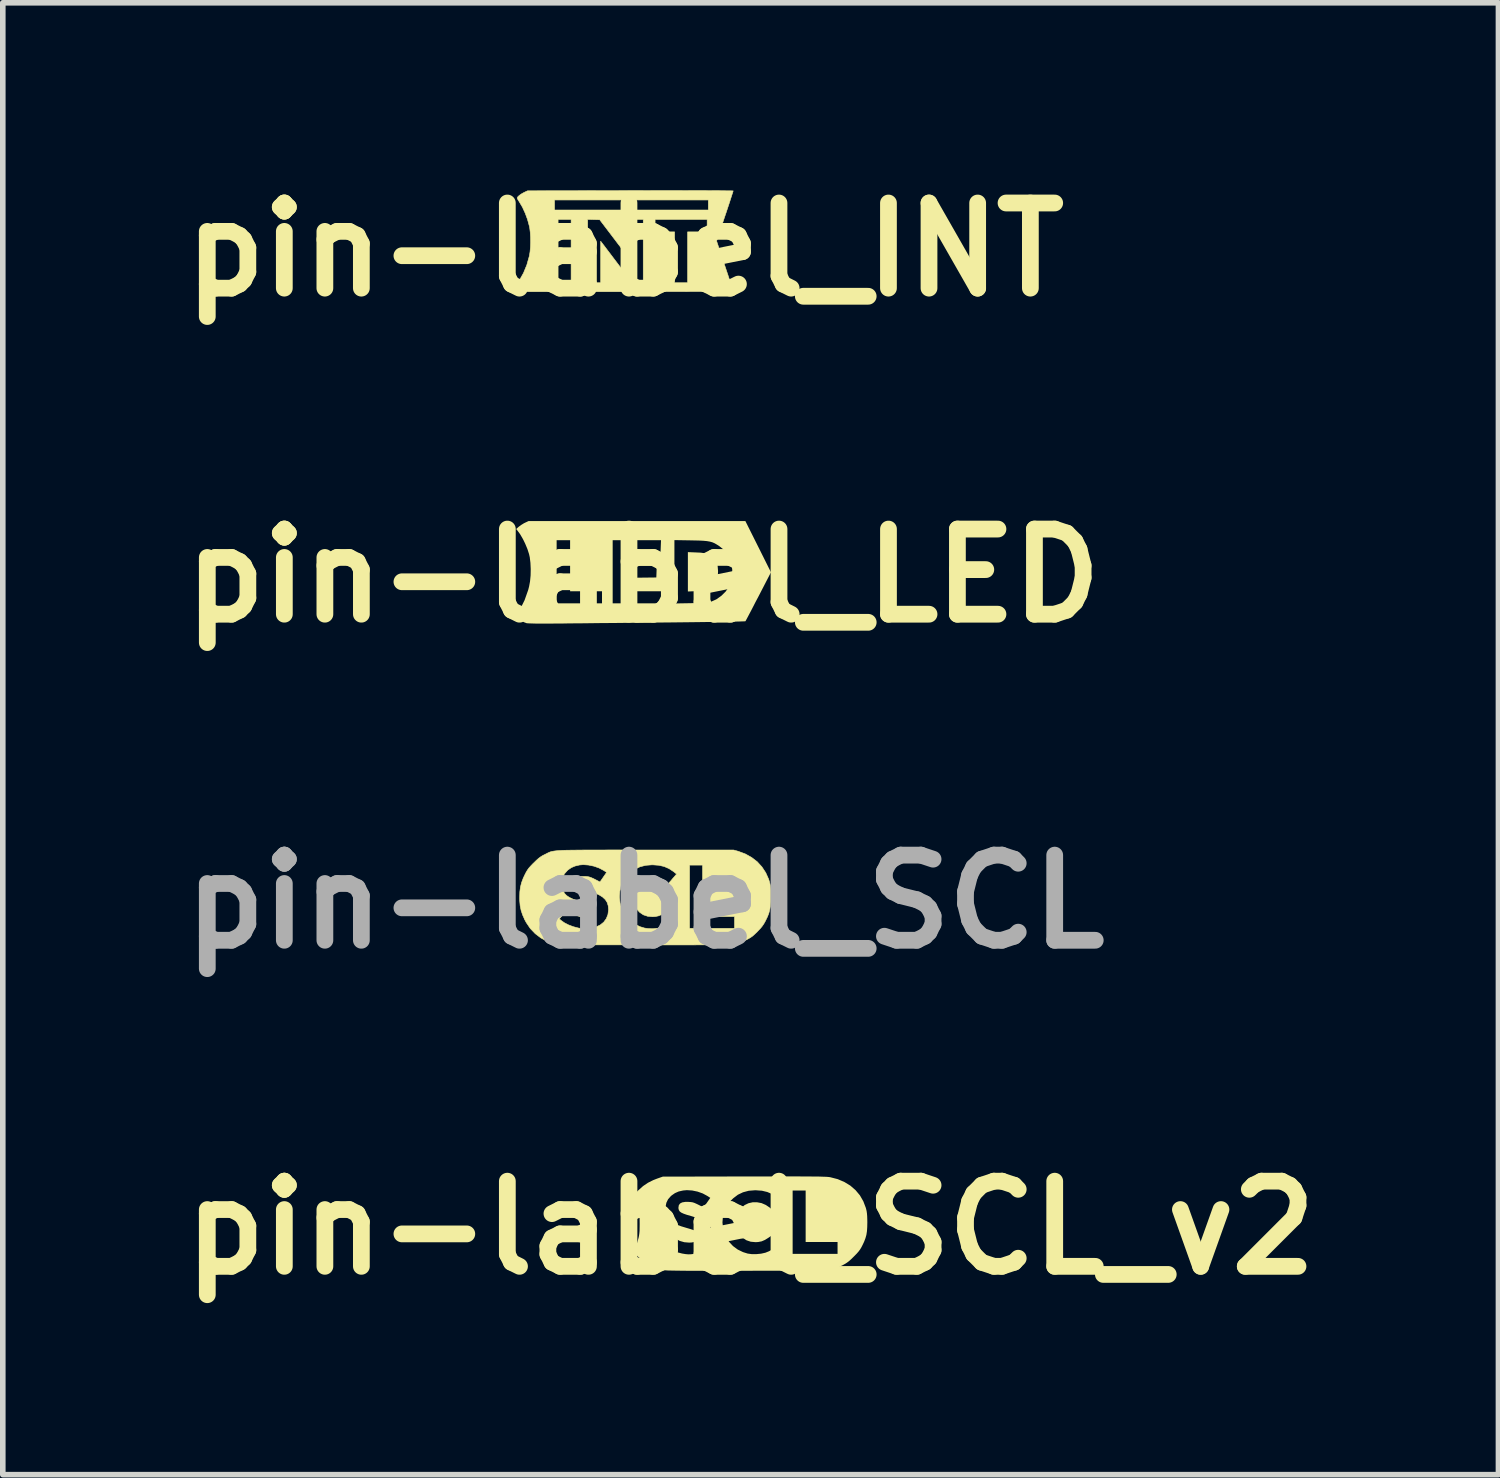
<source format=kicad_pcb>
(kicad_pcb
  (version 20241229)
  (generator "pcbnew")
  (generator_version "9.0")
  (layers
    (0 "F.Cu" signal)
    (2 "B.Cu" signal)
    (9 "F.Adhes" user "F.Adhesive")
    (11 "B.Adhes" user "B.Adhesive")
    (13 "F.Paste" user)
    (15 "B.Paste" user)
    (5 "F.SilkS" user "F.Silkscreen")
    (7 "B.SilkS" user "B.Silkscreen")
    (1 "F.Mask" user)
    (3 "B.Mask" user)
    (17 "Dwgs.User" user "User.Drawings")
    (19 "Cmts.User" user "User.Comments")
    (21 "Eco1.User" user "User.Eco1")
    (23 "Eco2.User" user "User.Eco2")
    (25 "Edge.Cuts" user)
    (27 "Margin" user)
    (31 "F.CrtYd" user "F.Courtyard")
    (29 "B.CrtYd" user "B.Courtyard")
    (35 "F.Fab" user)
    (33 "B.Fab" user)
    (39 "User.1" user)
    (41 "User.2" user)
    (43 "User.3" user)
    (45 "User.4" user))
  (footprint "pin-label_SCL_v2"
    (layer "F.Cu")
    (at 10.385 18.926)
    (property "Reference" "pin-label_SCL_v2" (at 0 0 0) (layer "F.SilkS") (effects (font (size 1.524 1.524) (thickness 0.3))))
    (attr through_hole)
    (fp_poly (pts (xy 0.73 -0.92) (xy 0.848 -0.92) (xy 0.951 -0.919) (xy 1.04 -0.919) (xy 1.118 -0.918) (xy 1.183 -0.918) (xy 1.239 -0.917) (xy 1.285 -0.915) (xy 1.323 -0.914) (xy 1.354 -0.913) (xy 1.38 -0.911) (xy 1.4 -0.909) (xy 1.417 -0.907) (xy 1.427 -0.905) (xy 1.559 -0.871) (xy 1.678 -0.82) (xy 1.785 -0.755) (xy 1.878 -0.674) (xy 1.956 -0.581) (xy 2.017 -0.475) (xy 2.062 -0.357) (xy 2.066 -0.342) (xy 2.076 -0.301) (xy 2.082 -0.259) (xy 2.086 -0.211) (xy 2.088 -0.151) (xy 2.089 -0.101) (xy 2.087 -0.011) (xy 2.082 0.063) (xy 2.072 0.127) (xy 2.055 0.187) (xy 2.031 0.25) (xy 2.004 0.307) (xy 1.981 0.352) (xy 1.959 0.388) (xy 1.934 0.422) (xy 1.902 0.459) (xy 1.858 0.504) (xy 1.848 0.514) (xy 1.799 0.562) (xy 1.759 0.598) (xy 1.721 0.626) (xy 1.682 0.65) (xy 1.644 0.671) (xy 1.591 0.696) (xy 1.534 0.72) (xy 1.482 0.739) (xy 1.464 0.744) (xy 1.382 0.767) (xy -0.053 0.769) (xy -0.265 0.77) (xy -0.457 0.77) (xy -0.629 0.77) (xy -0.784 0.77) (xy -0.921 0.769) (xy -1.042 0.769) (xy -1.147 0.769) (xy -1.238 0.768) (xy -1.316 0.767) (xy -1.381 0.766) (xy -1.435 0.765) (xy -1.478 0.764) (xy -1.512 0.762) (xy -1.538 0.76) (xy -1.556 0.758) (xy -1.562 0.757) (xy -1.692 0.722) (xy -1.814 0.668) (xy -1.926 0.595) (xy -2.014 0.518) (xy -2.096 0.436) (xy -2.069 0.376) (xy -2.055 0.338) (xy -2.04 0.296) (xy -1.568 0.296) (xy -1.539 0.322) (xy -1.479 0.365) (xy -1.404 0.404) (xy -1.32 0.436) (xy -1.232 0.459) (xy -1.223 0.461) (xy -1.162 0.471) (xy -1.113 0.475) (xy -1.065 0.473) (xy -1.01 0.466) (xy -1.006 0.465) (xy -0.914 0.442) (xy -0.836 0.404) (xy -0.774 0.354) (xy -0.728 0.292) (xy -0.699 0.218) (xy -0.688 0.135) (xy -0.688 0.129) (xy -0.694 0.061) (xy -0.713 0.002) (xy -0.746 -0.05) (xy -0.795 -0.095) (xy -0.796 -0.096) (xy -0.504 -0.096) (xy -0.493 0.01) (xy -0.461 0.116) (xy -0.439 0.166) (xy -0.385 0.252) (xy -0.315 0.327) (xy -0.231 0.389) (xy -0.136 0.435) (xy -0.053 0.461) (xy 0.02 0.471) (xy 0.103 0.471) (xy 0.187 0.463) (xy 0.263 0.446) (xy 0.266 0.445) (xy 0.328 0.42) (xy 0.393 0.385) (xy 0.451 0.345) (xy 0.492 0.308) (xy 0.523 0.275) (xy 0.453 0.204) (xy 0.382 0.134) (xy 0.319 0.178) (xy 0.256 0.217) (xy 0.198 0.242) (xy 0.137 0.254) (xy 0.09 0.257) (xy 0.002 0.249) (xy -0.075 0.223) (xy -0.141 0.18) (xy -0.194 0.12) (xy -0.233 0.046) (xy -0.254 -0.026) (xy -0.262 -0.114) (xy -0.249 -0.2) (xy -0.218 -0.281) (xy -0.169 -0.353) (xy -0.165 -0.358) (xy -0.107 -0.407) (xy -0.038 -0.44) (xy 0.037 -0.457) (xy 0.116 -0.457) (xy 0.196 -0.442) (xy 0.272 -0.409) (xy 0.339 -0.364) (xy 0.373 -0.335) (xy 0.401 -0.368) (xy 0.423 -0.394) (xy 0.452 -0.428) (xy 0.474 -0.454) (xy 0.52 -0.507) (xy 0.466 -0.549) (xy 0.385 -0.604) (xy 0.298 -0.641) (xy 0.202 -0.664) (xy 0.156 -0.667) (xy 0.752 -0.667) (xy 0.752 0.466) (xy 1.556 0.466) (xy 1.556 0.254) (xy 0.985 0.254) (xy 0.985 -0.667) (xy 0.752 -0.667) (xy 0.156 -0.667) (xy 0.093 -0.672) (xy 0.079 -0.672) (xy -0.034 -0.663) (xy -0.136 -0.636) (xy -0.228 -0.592) (xy -0.312 -0.528) (xy -0.358 -0.482) (xy -0.423 -0.396) (xy -0.469 -0.301) (xy -0.496 -0.201) (xy -0.504 -0.096) (xy -0.796 -0.096) (xy -0.86 -0.135) (xy -0.944 -0.172) (xy -1.047 -0.205) (xy -1.067 -0.211) (xy -1.143 -0.233) (xy -1.2 -0.253) (xy -1.241 -0.272) (xy -1.268 -0.292) (xy -1.284 -0.316) (xy -1.291 -0.343) (xy -1.292 -0.362) (xy -1.285 -0.405) (xy -1.263 -0.435) (xy -1.225 -0.455) (xy -1.17 -0.464) (xy -1.113 -0.464) (xy -1.071 -0.461) (xy -1.037 -0.456) (xy -1.004 -0.445) (xy -0.964 -0.427) (xy -0.935 -0.413) (xy -0.841 -0.365) (xy -0.722 -0.536) (xy -0.774 -0.57) (xy -0.857 -0.615) (xy -0.95 -0.648) (xy -1.046 -0.668) (xy -1.141 -0.674) (xy -1.208 -0.668) (xy -1.288 -0.65) (xy -1.354 -0.621) (xy -1.413 -0.58) (xy -1.429 -0.566) (xy -1.478 -0.51) (xy -1.508 -0.448) (xy -1.522 -0.377) (xy -1.522 -0.318) (xy -1.515 -0.256) (xy -1.5 -0.204) (xy -1.475 -0.16) (xy -1.438 -0.122) (xy -1.388 -0.088) (xy -1.322 -0.056) (xy -1.239 -0.026) (xy -1.154 -0.000266) (xy -1.078 0.022) (xy -1.021 0.041) (xy -0.979 0.059) (xy -0.95 0.077) (xy -0.933 0.096) (xy -0.924 0.119) (xy -0.921 0.146) (xy -0.921 0.152) (xy -0.93 0.197) (xy -0.955 0.23) (xy -0.998 0.252) (xy -1.058 0.263) (xy -1.099 0.265) (xy -1.186 0.258) (xy -1.267 0.235) (xy -1.346 0.194) (xy -1.368 0.18) (xy -1.399 0.159) (xy -1.423 0.144) (xy -1.434 0.138) (xy -1.434 0.138) (xy -1.442 0.145) (xy -1.46 0.166) (xy -1.485 0.195) (xy -1.503 0.217) (xy -1.568 0.296) (xy -2.04 0.296) (xy -2.037 0.288) (xy -2.021 0.235) (xy -2.015 0.213) (xy -2.004 0.172) (xy -1.997 0.136) (xy -1.992 0.099) (xy -1.988 0.057) (xy -1.987 0.004) (xy -1.986 -0.065) (xy -1.986 -0.069) (xy -1.987 -0.158) (xy -1.99 -0.23) (xy -1.995 -0.284) (xy -1.999 -0.307) (xy -2.017 -0.374) (xy -2.037 -0.439) (xy -2.057 -0.497) (xy -2.076 -0.541) (xy -2.077 -0.543) (xy -2.098 -0.584) (xy -2.01 -0.671) (xy -1.925 -0.747) (xy -1.838 -0.806) (xy -1.742 -0.854) (xy -1.673 -0.881) (xy -1.572 -0.916) (xy -0.117 -0.919) (xy 0.09 -0.919) (xy 0.278 -0.919) (xy 0.446 -0.92) (xy 0.596 -0.92) (xy 0.73 -0.92)) (stroke (width 0) (type solid)) (fill yes) (layer "F.SilkS")))
  (footprint "pin-label_SCL"
    (layer "F.Cu")
    (at 8.498 13.09)
    (property "Reference" "pin-label_SCL" (at 0 0 0) (layer "F.Fab") (effects (font (size 1.524 1.524) (thickness 0.3))))
    (attr through_hole)
    (fp_poly (pts (xy -0.479 -0.927) (xy -0.289 -0.926) (xy -0.08 -0.926) (xy 0.005 -0.926) (xy 1.583 -0.926) (xy 1.665 -0.903) (xy 1.792 -0.856) (xy 1.905 -0.793) (xy 2.005 -0.716) (xy 2.089 -0.624) (xy 2.158 -0.519) (xy 2.21 -0.403) (xy 2.225 -0.354) (xy 2.234 -0.319) (xy 2.241 -0.285) (xy 2.245 -0.248) (xy 2.248 -0.204) (xy 2.248 -0.146) (xy 2.248 -0.095) (xy 2.247 -0.003) (xy 2.241 0.074) (xy 2.23 0.141) (xy 2.214 0.202) (xy 2.19 0.265) (xy 2.157 0.333) (xy 2.153 0.342) (xy 2.125 0.392) (xy 2.097 0.434) (xy 2.063 0.476) (xy 2.018 0.523) (xy 2.006 0.536) (xy 1.959 0.581) (xy 1.921 0.615) (xy 1.884 0.641) (xy 1.842 0.665) (xy 1.81 0.682) (xy 1.785 0.694) (xy 1.764 0.705) (xy 1.744 0.715) (xy 1.725 0.724) (xy 1.706 0.732) (xy 1.685 0.739) (xy 1.661 0.745) (xy 1.634 0.75) (xy 1.601 0.755) (xy 1.563 0.759) (xy 1.518 0.762) (xy 1.465 0.765) (xy 1.403 0.767) (xy 1.331 0.769) (xy 1.247 0.771) (xy 1.151 0.771) (xy 1.042 0.772) (xy 0.918 0.772) (xy 0.779 0.773) (xy 0.623 0.773) (xy 0.449 0.773) (xy 0.257 0.772) (xy 0.045 0.772) (xy -0.004 0.772) (xy -0.216 0.772) (xy -0.407 0.772) (xy -0.58 0.772) (xy -0.734 0.772) (xy -0.872 0.772) (xy -0.993 0.771) (xy -1.1 0.771) (xy -1.194 0.77) (xy -1.274 0.77) (xy -1.343 0.769) (xy -1.401 0.768) (xy -1.45 0.767) (xy -1.491 0.766) (xy -1.524 0.765) (xy -1.551 0.763) (xy -1.572 0.761) (xy -1.59 0.759) (xy -1.604 0.757) (xy -1.617 0.755) (xy -1.628 0.752) (xy -1.631 0.751) (xy -1.754 0.709) (xy -1.867 0.648) (xy -1.968 0.571) (xy -2.057 0.478) (xy -2.13 0.37) (xy -2.155 0.323) (xy -2.162 0.307) (xy -1.537 0.307) (xy -1.507 0.333) (xy -1.447 0.376) (xy -1.373 0.414) (xy -1.288 0.446) (xy -1.201 0.469) (xy -1.191 0.471) (xy -1.131 0.481) (xy -1.081 0.485) (xy -1.034 0.484) (xy -0.978 0.476) (xy -0.974 0.476) (xy -0.882 0.452) (xy -0.804 0.415) (xy -0.742 0.365) (xy -0.696 0.302) (xy -0.667 0.229) (xy -0.656 0.145) (xy -0.656 0.14) (xy -0.662 0.072) (xy -0.681 0.012) (xy -0.714 -0.039) (xy -0.763 -0.085) (xy -0.765 -0.086) (xy -0.462 -0.086) (xy -0.45 0.021) (xy -0.419 0.127) (xy -0.397 0.177) (xy -0.343 0.263) (xy -0.273 0.337) (xy -0.189 0.399) (xy -0.094 0.446) (xy -0.011 0.471) (xy 0.062 0.481) (xy 0.145 0.482) (xy 0.229 0.473) (xy 0.305 0.457) (xy 0.309 0.456) (xy 0.371 0.431) (xy 0.435 0.396) (xy 0.494 0.355) (xy 0.534 0.319) (xy 0.566 0.285) (xy 0.495 0.215) (xy 0.425 0.144) (xy 0.361 0.189) (xy 0.298 0.228) (xy 0.241 0.252) (xy 0.18 0.265) (xy 0.132 0.268) (xy 0.045 0.26) (xy -0.033 0.234) (xy -0.098 0.19) (xy -0.152 0.131) (xy -0.191 0.057) (xy -0.212 -0.015) (xy -0.219 -0.103) (xy -0.207 -0.189) (xy -0.176 -0.27) (xy -0.127 -0.342) (xy -0.122 -0.347) (xy -0.064 -0.397) (xy 0.004 -0.43) (xy 0.08 -0.446) (xy 0.159 -0.447) (xy 0.238 -0.431) (xy 0.315 -0.399) (xy 0.381 -0.353) (xy 0.415 -0.324) (xy 0.443 -0.357) (xy 0.466 -0.383) (xy 0.494 -0.417) (xy 0.517 -0.443) (xy 0.562 -0.496) (xy 0.509 -0.539) (xy 0.427 -0.593) (xy 0.34 -0.631) (xy 0.244 -0.653) (xy 0.198 -0.656) (xy 0.794 -0.656) (xy 0.794 0.476) (xy 1.599 0.476) (xy 1.599 0.265) (xy 1.027 0.265) (xy 1.027 -0.656) (xy 0.794 -0.656) (xy 0.198 -0.656) (xy 0.135 -0.661) (xy 0.122 -0.661) (xy 0.009 -0.652) (xy -0.093 -0.626) (xy -0.186 -0.581) (xy -0.27 -0.517) (xy -0.316 -0.472) (xy -0.381 -0.385) (xy -0.427 -0.291) (xy -0.454 -0.19) (xy -0.462 -0.086) (xy -0.765 -0.086) (xy -0.828 -0.125) (xy -0.912 -0.161) (xy -1.015 -0.194) (xy -1.035 -0.2) (xy -1.111 -0.222) (xy -1.168 -0.242) (xy -1.209 -0.261) (xy -1.236 -0.282) (xy -1.252 -0.305) (xy -1.259 -0.333) (xy -1.26 -0.352) (xy -1.253 -0.394) (xy -1.231 -0.425) (xy -1.193 -0.444) (xy -1.138 -0.454) (xy -1.081 -0.454) (xy -1.039 -0.451) (xy -1.005 -0.445) (xy -0.972 -0.434) (xy -0.932 -0.417) (xy -0.903 -0.402) (xy -0.809 -0.354) (xy -0.69 -0.526) (xy -0.742 -0.56) (xy -0.825 -0.604) (xy -0.918 -0.637) (xy -1.015 -0.657) (xy -1.109 -0.664) (xy -1.176 -0.658) (xy -1.256 -0.639) (xy -1.322 -0.611) (xy -1.381 -0.57) (xy -1.397 -0.555) (xy -1.446 -0.499) (xy -1.476 -0.437) (xy -1.49 -0.366) (xy -1.49 -0.307) (xy -1.483 -0.246) (xy -1.468 -0.194) (xy -1.443 -0.149) (xy -1.407 -0.111) (xy -1.356 -0.077) (xy -1.291 -0.046) (xy -1.207 -0.016) (xy -1.122 0.01) (xy -1.046 0.033) (xy -0.989 0.052) (xy -0.947 0.07) (xy -0.919 0.087) (xy -0.901 0.107) (xy -0.892 0.129) (xy -0.889 0.157) (xy -0.889 0.163) (xy -0.898 0.207) (xy -0.923 0.24) (xy -0.966 0.263) (xy -1.026 0.274) (xy -1.067 0.275) (xy -1.155 0.268) (xy -1.235 0.245) (xy -1.314 0.205) (xy -1.336 0.191) (xy -1.368 0.17) (xy -1.391 0.155) (xy -1.402 0.148) (xy -1.403 0.148) (xy -1.41 0.156) (xy -1.428 0.176) (xy -1.453 0.206) (xy -1.471 0.228) (xy -1.537 0.307) (xy -2.162 0.307) (xy -2.194 0.236) (xy -2.221 0.155) (xy -2.238 0.073) (xy -2.246 -0.017) (xy -2.247 -0.079) (xy -2.244 -0.177) (xy -2.233 -0.262) (xy -2.213 -0.342) (xy -2.182 -0.424) (xy -2.152 -0.487) (xy -2.129 -0.532) (xy -2.107 -0.568) (xy -2.082 -0.603) (xy -2.049 -0.64) (xy -2.006 -0.685) (xy -1.996 -0.694) (xy -1.948 -0.741) (xy -1.909 -0.776) (xy -1.874 -0.802) (xy -1.838 -0.825) (xy -1.8 -0.844) (xy -1.778 -0.855) (xy -1.759 -0.865) (xy -1.741 -0.874) (xy -1.724 -0.882) (xy -1.707 -0.889) (xy -1.687 -0.896) (xy -1.665 -0.901) (xy -1.639 -0.906) (xy -1.609 -0.91) (xy -1.572 -0.914) (xy -1.529 -0.917) (xy -1.478 -0.92) (xy -1.417 -0.922) (xy -1.347 -0.923) (xy -1.265 -0.924) (xy -1.171 -0.925) (xy -1.063 -0.926) (xy -0.942 -0.926) (xy -0.804 -0.926) (xy -0.651 -0.927) (xy -0.479 -0.927)) (stroke (width 0.01) (type solid)) (fill yes) (layer "F.SilkS")))
  (footprint "pin-label_INT"
    (layer "F.Cu")
    (at 8.135 1.418)
    (property "Reference" "pin-label_INT" (at 0 0 0) (layer "F.SilkS") (effects (font (size 1.524 1.524) (thickness 0.3))))
    (attr through_hole)
    (fp_poly (pts (xy 0.842 -1.057) (xy 1.008 -1.057) (xy 1.164 -1.056) (xy 1.309 -1.056) (xy 1.441 -1.056) (xy 1.56 -1.055) (xy 1.665 -1.055) (xy 1.755 -1.054) (xy 1.828 -1.053) (xy 1.883 -1.053) (xy 1.92 -1.052) (xy 1.937 -1.051) (xy 1.938 -1.051) (xy 1.934 -1.039) (xy 1.925 -1.01) (xy 1.91 -0.965) (xy 1.891 -0.905) (xy 1.868 -0.834) (xy 1.841 -0.753) (xy 1.812 -0.665) (xy 1.789 -0.598) (xy 1.641 -0.154) (xy 1.789 0.291) (xy 1.82 0.384) (xy 1.849 0.47) (xy 1.875 0.549) (xy 1.897 0.616) (xy 1.915 0.672) (xy 1.928 0.713) (xy 1.936 0.738) (xy 1.938 0.744) (xy 1.927 0.745) (xy 1.897 0.745) (xy 1.847 0.746) (xy 1.78 0.747) (xy 1.695 0.748) (xy 1.595 0.748) (xy 1.48 0.749) (xy 1.352 0.75) (xy 1.211 0.75) (xy 1.058 0.751) (xy 0.895 0.751) (xy 0.723 0.751) (xy 0.542 0.751) (xy 0.354 0.752) (xy 0.16 0.752) (xy 0.098 0.752) (xy -1.742 0.752) (xy -1.8 0.725) (xy -1.84 0.702) (xy -1.879 0.675) (xy -1.897 0.66) (xy -1.936 0.622) (xy -1.89 0.552) (xy -1.815 0.418) (xy -1.756 0.275) (xy -1.712 0.12) (xy -1.709 0.106) (xy -1.698 0.039) (xy -1.691 -0.042) (xy -1.688 -0.131) (xy -1.689 -0.222) (xy -1.694 -0.307) (xy -1.703 -0.381) (xy -1.708 -0.411) (xy -1.741 -0.532) (xy -1.743 -0.54) (xy -1.196 -0.54) (xy -1.196 0.593) (xy -0.963 0.593) (xy -0.667 0.593) (xy -0.434 0.593) (xy -0.434 -0.151) (xy -0.152 0.221) (xy 0.13 0.593) (xy 0.328 0.593) (xy 0.328 -0.54) (xy 0.54 -0.54) (xy 0.54 -0.318) (xy 0.889 -0.318) (xy 0.889 0.593) (xy 1.122 0.593) (xy 1.122 -0.318) (xy 1.472 -0.318) (xy 1.472 -0.54) (xy 0.54 -0.54) (xy 0.328 -0.54) (xy 0.095 -0.54) (xy 0.095 -0.183) (xy 0.095 -0.086) (xy 0.095 -0.008) (xy 0.094 0.052) (xy 0.093 0.097) (xy 0.092 0.128) (xy 0.089 0.148) (xy 0.087 0.158) (xy 0.083 0.161) (xy 0.08 0.158) (xy 0.07 0.147) (xy 0.049 0.12) (xy 0.018 0.081) (xy -0.021 0.03) (xy -0.067 -0.031) (xy -0.119 -0.098) (xy -0.174 -0.171) (xy -0.193 -0.196) (xy -0.451 -0.535) (xy -0.559 -0.538) (xy -0.667 -0.541) (xy -0.667 0.593) (xy -0.963 0.593) (xy -0.963 -0.54) (xy -1.196 -0.54) (xy -1.743 -0.54) (xy -1.784 -0.651) (xy -1.835 -0.762) (xy -1.892 -0.858) (xy -1.894 -0.862) (xy -1.912 -0.889) (xy -1.26 -0.889) (xy -1.26 -0.709) (xy 1.493 -0.709) (xy 1.493 -0.889) (xy -1.26 -0.889) (xy -1.912 -0.889) (xy -1.913 -0.891) (xy -1.925 -0.915) (xy -1.927 -0.925) (xy -1.918 -0.944) (xy -1.893 -0.968) (xy -1.856 -0.995) (xy -1.812 -1.02) (xy -1.8 -1.026) (xy -1.742 -1.053) (xy 0.098 -1.056) (xy 0.294 -1.056) (xy 0.483 -1.057) (xy 0.666 -1.057) (xy 0.842 -1.057)) (stroke (width 0.01) (type solid)) (fill yes) (layer "F.SilkS")))
  (footprint "pin-label_LED"
    (layer "F.Cu")
    (at 8.462 7.254)
    (property "Reference" "pin-label_LED" (at 0 0 0) (layer "F.SilkS") (effects (font (size 1.524 1.524) (thickness 0.3))))
    (attr through_hole)
    (fp_poly (pts (xy 0.949 -0.416) (xy 1.032 -0.412) (xy 1.094 -0.403) (xy 1.144 -0.39) (xy 1.185 -0.369) (xy 1.226 -0.339) (xy 1.237 -0.33) (xy 1.284 -0.281) (xy 1.315 -0.231) (xy 1.333 -0.171) (xy 1.339 -0.095) (xy 1.34 -0.07) (xy 1.335 0.012) (xy 1.321 0.075) (xy 1.294 0.128) (xy 1.252 0.176) (xy 1.237 0.19) (xy 1.196 0.222) (xy 1.155 0.245) (xy 1.109 0.261) (xy 1.05 0.27) (xy 0.973 0.276) (xy 0.949 0.277) (xy 0.8 0.283) (xy 0.8 -0.422) (xy 0.949 -0.416)) (stroke (width 0) (type solid)) (fill yes) (layer "F.SilkS"))
    (fp_poly (pts (xy 2.058 -0.52) (xy 2.287 -0.061) (xy 2.063 0.373) (xy 2.012 0.469) (xy 1.966 0.559) (xy 1.924 0.64) (xy 1.888 0.708) (xy 1.86 0.761) (xy 1.84 0.798) (xy 1.831 0.815) (xy 1.83 0.815) (xy 1.817 0.817) (xy 1.78 0.818) (xy 1.72 0.82) (xy 1.64 0.822) (xy 1.542 0.823) (xy 1.426 0.825) (xy 1.295 0.827) (xy 1.149 0.829) (xy 0.992 0.831) (xy 0.824 0.833) (xy 0.647 0.835) (xy 0.462 0.837) (xy 0.445 0.837) (xy 0.246 0.839) (xy 0.044 0.841) (xy -0.157 0.843) (xy -0.355 0.845) (xy -0.547 0.847) (xy -0.731 0.848) (xy -0.905 0.85) (xy -1.065 0.852) (xy -1.209 0.853) (xy -1.335 0.854) (xy -1.439 0.856) (xy -1.486 0.856) (xy -1.615 0.857) (xy -1.734 0.858) (xy -1.839 0.857) (xy -1.929 0.857) (xy -2.002 0.855) (xy -2.054 0.853) (xy -2.083 0.851) (xy -2.087 0.85) (xy -2.128 0.835) (xy -2.174 0.81) (xy -2.217 0.781) (xy -2.249 0.753) (xy -2.259 0.739) (xy -2.261 0.722) (xy -2.251 0.692) (xy -2.229 0.648) (xy -2.208 0.61) (xy -2.152 0.497) (xy 0.559 0.497) (xy 0.854 0.492) (xy 0.956 0.49) (xy 1.037 0.488) (xy 1.099 0.484) (xy 1.146 0.48) (xy 1.182 0.474) (xy 1.211 0.467) (xy 1.215 0.466) (xy 1.31 0.423) (xy 1.399 0.36) (xy 1.476 0.284) (xy 1.537 0.197) (xy 1.571 0.124) (xy 1.586 0.058) (xy 1.594 -0.022) (xy 1.594 -0.108) (xy 1.587 -0.19) (xy 1.572 -0.259) (xy 1.565 -0.279) (xy 1.511 -0.381) (xy 1.436 -0.47) (xy 1.361 -0.53) (xy 1.317 -0.558) (xy 1.277 -0.581) (xy 1.237 -0.598) (xy 1.193 -0.61) (xy 1.141 -0.619) (xy 1.077 -0.625) (xy 0.997 -0.629) (xy 0.898 -0.631) (xy 0.854 -0.632) (xy 0.559 -0.637) (xy 0.559 0.497) (xy -2.152 0.497) (xy -2.123 0.439) (xy -2.058 0.255) (xy -2.042 0.193) (xy -2.025 0.101) (xy -2.015 -0.006) (xy -2.013 -0.119) (xy -2.018 -0.229) (xy -2.03 -0.33) (xy -2.043 -0.387) (xy -2.072 -0.477) (xy -2.111 -0.571) (xy -2.142 -0.635) (xy -1.549 -0.635) (xy -1.549 0.495) (xy -0.737 0.495) (xy -0.737 0.279) (xy -1.308 0.279) (xy -1.308 -0.635) (xy -0.546 -0.635) (xy -0.546 0.495) (xy 0.318 0.495) (xy 0.318 0.279) (xy -0.305 0.279) (xy -0.305 0.039) (xy -0.035 0.035) (xy 0.235 0.032) (xy 0.239 -0.073) (xy 0.242 -0.178) (xy -0.031 -0.178) (xy -0.305 -0.178) (xy -0.305 -0.419) (xy 0.003 -0.422) (xy 0.311 -0.425) (xy 0.315 -0.53) (xy 0.319 -0.635) (xy -0.546 -0.635) (xy -1.308 -0.635) (xy -1.549 -0.635) (xy -2.142 -0.635) (xy -2.156 -0.662) (xy -2.202 -0.741) (xy -2.223 -0.771) (xy -2.273 -0.836) (xy -2.226 -0.877) (xy -2.186 -0.907) (xy -2.137 -0.937) (xy -2.115 -0.948) (xy -2.051 -0.978) (xy -0.111 -0.978) (xy 1.829 -0.978) (xy 2.058 -0.52)) (stroke (width 0) (type solid)) (fill yes) (layer "F.SilkS")))
  (gr_rect
    (start -3 -3)
    (end 23.77 23.344)
    (stroke (width 0.1) (type default))
    (fill no)
    (layer "Edge.Cuts")))
</source>
